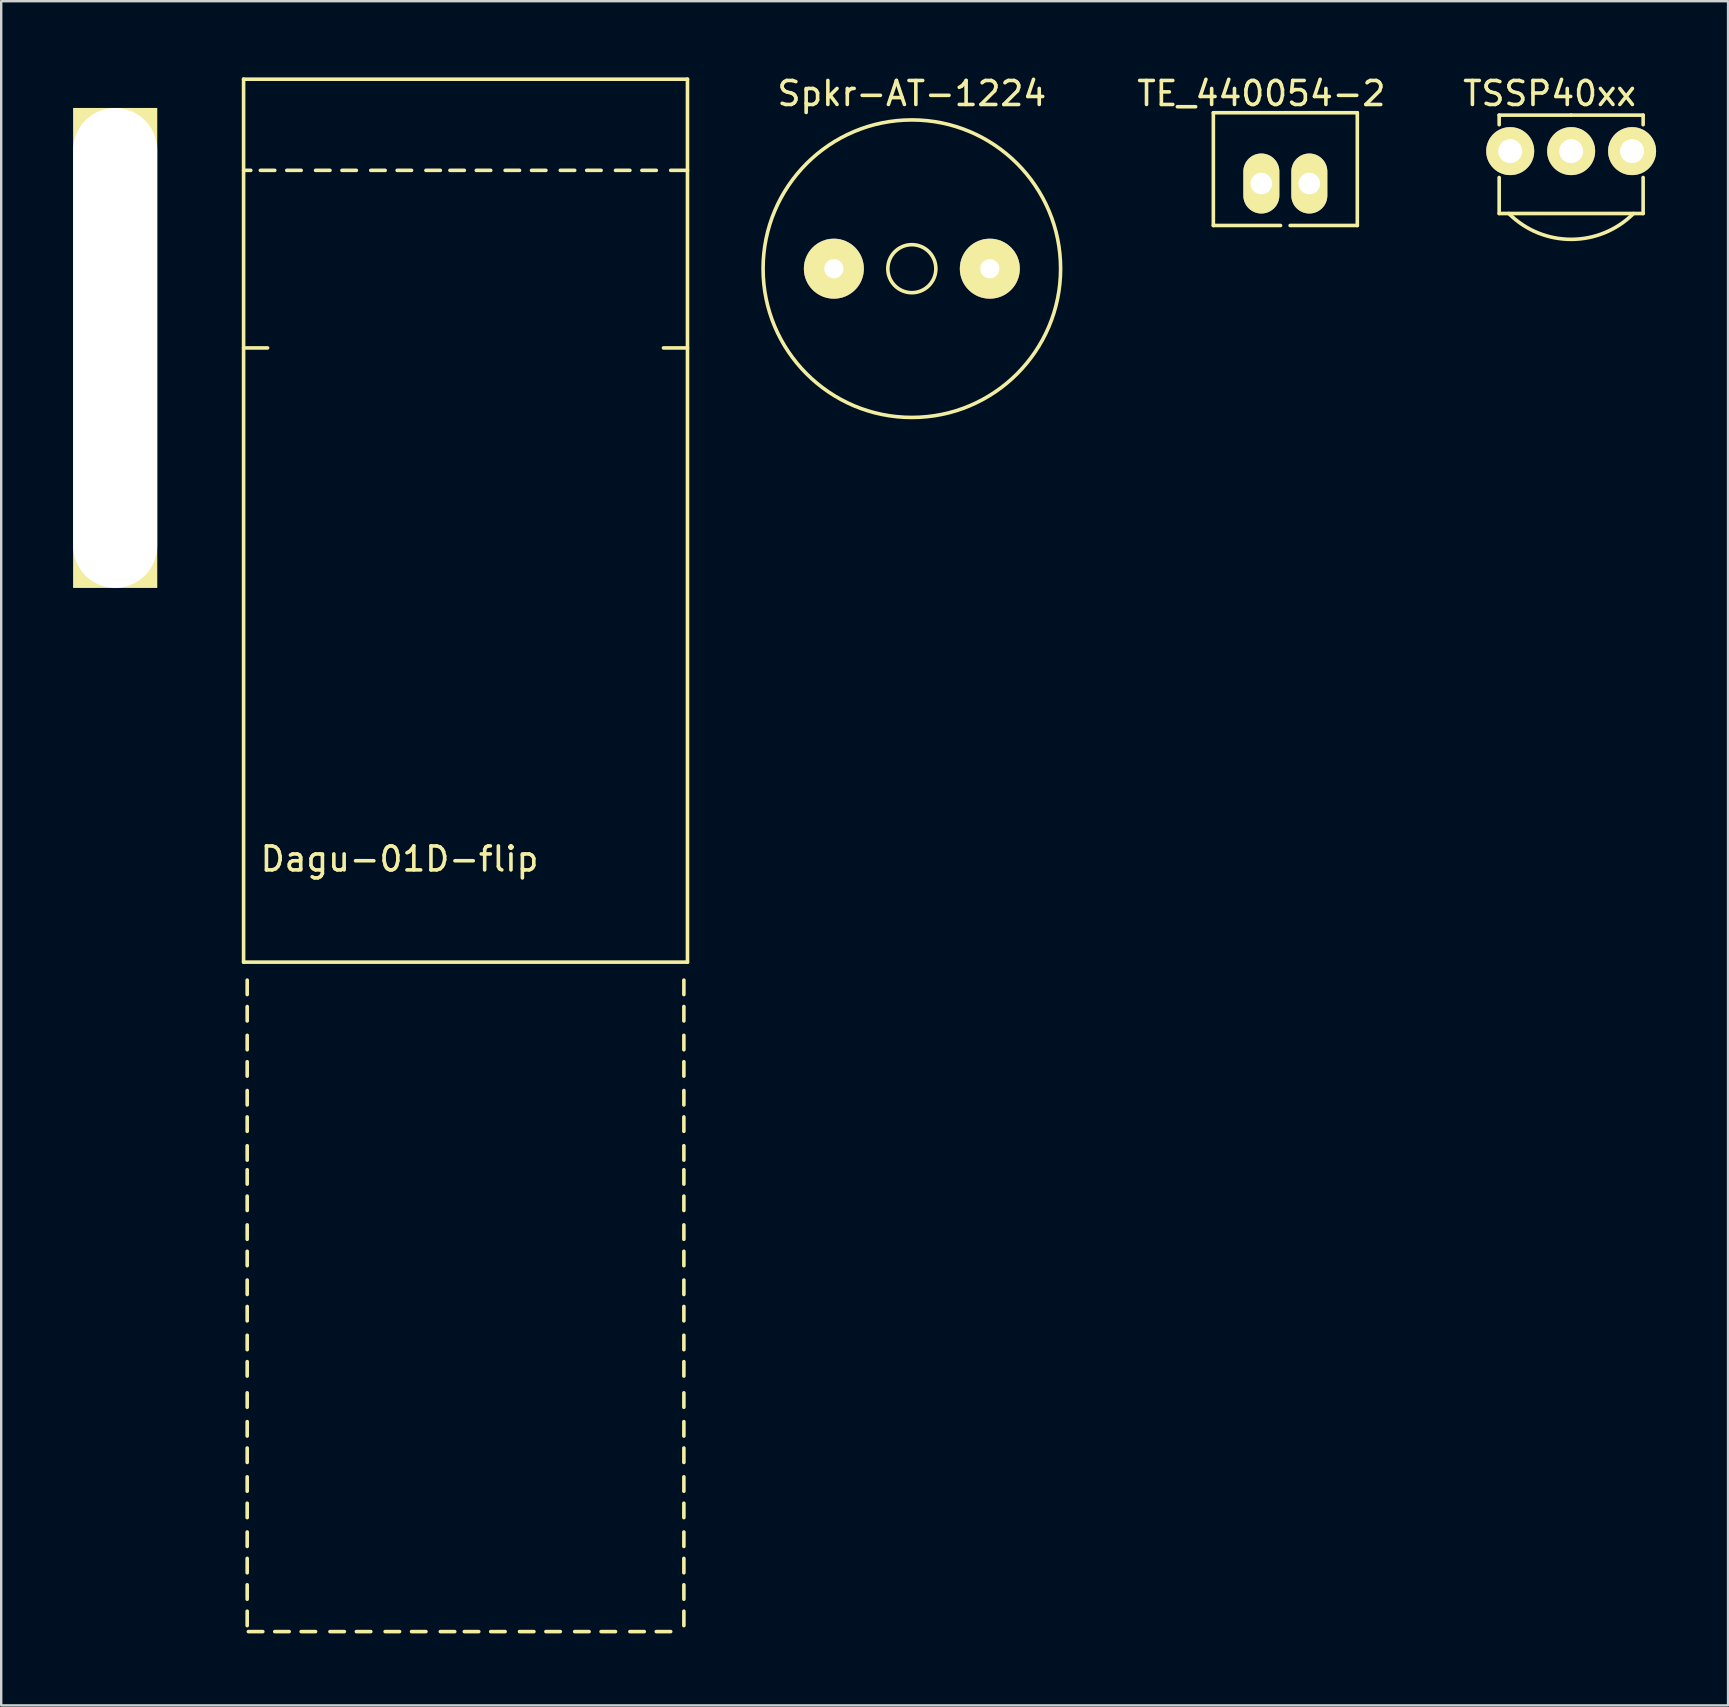
<source format=kicad_pcb>
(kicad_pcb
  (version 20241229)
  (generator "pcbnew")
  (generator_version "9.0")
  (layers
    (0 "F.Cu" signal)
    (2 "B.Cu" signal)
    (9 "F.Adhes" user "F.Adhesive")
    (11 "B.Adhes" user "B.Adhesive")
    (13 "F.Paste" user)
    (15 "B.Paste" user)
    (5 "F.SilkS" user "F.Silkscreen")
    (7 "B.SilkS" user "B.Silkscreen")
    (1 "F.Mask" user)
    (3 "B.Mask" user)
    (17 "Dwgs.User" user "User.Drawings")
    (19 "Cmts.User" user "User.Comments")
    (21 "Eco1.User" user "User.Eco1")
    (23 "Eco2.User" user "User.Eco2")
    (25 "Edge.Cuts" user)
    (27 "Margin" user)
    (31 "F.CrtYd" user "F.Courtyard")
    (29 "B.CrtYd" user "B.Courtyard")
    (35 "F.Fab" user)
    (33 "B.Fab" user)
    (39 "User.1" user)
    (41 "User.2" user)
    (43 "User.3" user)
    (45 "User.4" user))
  (footprint "TE_440054-2"
    (layer "F.Cu")
    (at 50.519 4.648)
    (property "Reference" "TE_440054-2" (at -1 -3.8 0) (layer "F.SilkS") (effects (font (size 1 1) (thickness 0.15))))
    (attr through_hole)
    (fp_line (start -3 -3) (end 3 -3) (stroke (width 0.15) (type solid)) (layer "F.SilkS"))
    (fp_line (start -3 1.7) (end -3 -3) (stroke (width 0.15) (type solid)) (layer "F.SilkS"))
    (fp_line (start -3 1.7) (end -0.2 1.7) (stroke (width 0.15) (type solid)) (layer "F.SilkS"))
    (fp_line (start 0.2 1.7) (end 3 1.7) (stroke (width 0.15) (type solid)) (layer "F.SilkS"))
    (fp_line (start 3 -3) (end 3 1.7) (stroke (width 0.15) (type solid)) (layer "F.SilkS"))
    (pad "1" thru_hole oval (at -1 -0.05) (size 1.5 2.5) (drill 0.9) (layers "*.Cu" "*.Mask" "F.SilkS"))
    (pad "2" thru_hole oval (at 1 -0.05) (size 1.5 2.5) (drill 0.9) (layers "*.Cu" "*.Mask" "F.SilkS")))
  (footprint "Dagu-01D-flip"
    (layer "F.Cu")
    (at 7.102 0.25)
    (property "Reference" "Dagu-01D-flip" (at 6.5 32.5 0) (layer "F.SilkS") (effects (font (size 1 1) (thickness 0.15))))
    (attr through_hole)
    (fp_line (start 0 0) (end 18.5 0) (stroke (width 0.15) (type solid)) (layer "F.SilkS"))
    (fp_line (start 0 11.2) (end 1 11.2) (stroke (width 0.15) (type solid)) (layer "F.SilkS"))
    (fp_line (start 0 36.8) (end 0 0) (stroke (width 0.15) (type solid)) (layer "F.SilkS"))
    (fp_line (start 0.15 38.15) (end 0.15 37.55) (stroke (width 0.15) (type solid)) (layer "F.SilkS"))
    (fp_line (start 0.15 39.25) (end 0.15 38.65) (stroke (width 0.15) (type solid)) (layer "F.SilkS"))
    (fp_line (start 0.15 40.45) (end 0.15 39.85) (stroke (width 0.15) (type solid)) (layer "F.SilkS"))
    (fp_line (start 0.15 41.55) (end 0.15 40.95) (stroke (width 0.15) (type solid)) (layer "F.SilkS"))
    (fp_line (start 0.15 42.75) (end 0.15 42.15) (stroke (width 0.15) (type solid)) (layer "F.SilkS"))
    (fp_line (start 0.15 43.85) (end 0.15 43.25) (stroke (width 0.15) (type solid)) (layer "F.SilkS"))
    (fp_line (start 0.15 45.05) (end 0.15 44.45) (stroke (width 0.15) (type solid)) (layer "F.SilkS"))
    (fp_line (start 0.15 46.05) (end 0.15 45.45) (stroke (width 0.15) (type solid)) (layer "F.SilkS"))
    (fp_line (start 0.15 47.15) (end 0.15 46.55) (stroke (width 0.15) (type solid)) (layer "F.SilkS"))
    (fp_line (start 0.15 48.35) (end 0.15 47.75) (stroke (width 0.15) (type solid)) (layer "F.SilkS"))
    (fp_line (start 0.15 49.45) (end 0.15 48.85) (stroke (width 0.15) (type solid)) (layer "F.SilkS"))
    (fp_line (start 0.15 50.65) (end 0.15 50.05) (stroke (width 0.15) (type solid)) (layer "F.SilkS"))
    (fp_line (start 0.15 51.75) (end 0.15 51.15) (stroke (width 0.15) (type solid)) (layer "F.SilkS"))
    (fp_line (start 0.15 52.95) (end 0.15 52.35) (stroke (width 0.15) (type solid)) (layer "F.SilkS"))
    (fp_line (start 0.15 54.05) (end 0.15 53.45) (stroke (width 0.15) (type solid)) (layer "F.SilkS"))
    (fp_line (start 0.15 55.35) (end 0.15 54.75) (stroke (width 0.15) (type solid)) (layer "F.SilkS"))
    (fp_line (start 0.15 56.55) (end 0.15 55.95) (stroke (width 0.15) (type solid)) (layer "F.SilkS"))
    (fp_line (start 0.15 57.65) (end 0.15 57.05) (stroke (width 0.15) (type solid)) (layer "F.SilkS"))
    (fp_line (start 0.15 58.85) (end 0.15 58.25) (stroke (width 0.15) (type solid)) (layer "F.SilkS"))
    (fp_line (start 0.15 59.95) (end 0.15 59.35) (stroke (width 0.15) (type solid)) (layer "F.SilkS"))
    (fp_line (start 0.15 61.15) (end 0.15 60.55) (stroke (width 0.15) (type solid)) (layer "F.SilkS"))
    (fp_line (start 0.15 62.25) (end 0.15 61.65) (stroke (width 0.15) (type solid)) (layer "F.SilkS"))
    (fp_line (start 0.15 63.35) (end 0.15 62.75) (stroke (width 0.15) (type solid)) (layer "F.SilkS"))
    (fp_line (start 0.15 64.45) (end 0.15 63.85) (stroke (width 0.15) (type solid)) (layer "F.SilkS"))
    (fp_line (start 0.3 3.8) (end 0 3.8) (stroke (width 0.15) (type solid)) (layer "F.SilkS"))
    (fp_line (start 0.8 64.7) (end 0.2 64.7) (stroke (width 0.15) (type solid)) (layer "F.SilkS"))
    (fp_line (start 1.3 3.8) (end 0.7 3.8) (stroke (width 0.15) (type solid)) (layer "F.SilkS"))
    (fp_line (start 1.9 64.7) (end 1.3 64.7) (stroke (width 0.15) (type solid)) (layer "F.SilkS"))
    (fp_line (start 2.4 3.8) (end 1.8 3.8) (stroke (width 0.15) (type solid)) (layer "F.SilkS"))
    (fp_line (start 3 64.7) (end 2.4 64.7) (stroke (width 0.15) (type solid)) (layer "F.SilkS"))
    (fp_line (start 3.6 3.8) (end 3 3.8) (stroke (width 0.15) (type solid)) (layer "F.SilkS"))
    (fp_line (start 4.2 64.7) (end 3.6 64.7) (stroke (width 0.15) (type solid)) (layer "F.SilkS"))
    (fp_line (start 4.7 3.8) (end 4.1 3.8) (stroke (width 0.15) (type solid)) (layer "F.SilkS"))
    (fp_line (start 5.3 64.7) (end 4.7 64.7) (stroke (width 0.15) (type solid)) (layer "F.SilkS"))
    (fp_line (start 5.9 3.8) (end 5.3 3.8) (stroke (width 0.15) (type solid)) (layer "F.SilkS"))
    (fp_line (start 6.5 64.7) (end 5.9 64.7) (stroke (width 0.15) (type solid)) (layer "F.SilkS"))
    (fp_line (start 7 3.8) (end 6.4 3.8) (stroke (width 0.15) (type solid)) (layer "F.SilkS"))
    (fp_line (start 7.6 64.7) (end 7 64.7) (stroke (width 0.15) (type solid)) (layer "F.SilkS"))
    (fp_line (start 8.2 3.8) (end 7.6 3.8) (stroke (width 0.15) (type solid)) (layer "F.SilkS"))
    (fp_line (start 8.8 64.7) (end 8.2 64.7) (stroke (width 0.15) (type solid)) (layer "F.SilkS"))
    (fp_line (start 9.2 3.8) (end 8.6 3.8) (stroke (width 0.15) (type solid)) (layer "F.SilkS"))
    (fp_line (start 9.8 64.7) (end 9.2 64.7) (stroke (width 0.15) (type solid)) (layer "F.SilkS"))
    (fp_line (start 10.3 3.8) (end 9.7 3.8) (stroke (width 0.15) (type solid)) (layer "F.SilkS"))
    (fp_line (start 10.9 64.7) (end 10.3 64.7) (stroke (width 0.15) (type solid)) (layer "F.SilkS"))
    (fp_line (start 11.5 3.8) (end 10.9 3.8) (stroke (width 0.15) (type solid)) (layer "F.SilkS"))
    (fp_line (start 12.1 64.7) (end 11.5 64.7) (stroke (width 0.15) (type solid)) (layer "F.SilkS"))
    (fp_line (start 12.6 3.8) (end 12 3.8) (stroke (width 0.15) (type solid)) (layer "F.SilkS"))
    (fp_line (start 13.2 64.7) (end 12.6 64.7) (stroke (width 0.15) (type solid)) (layer "F.SilkS"))
    (fp_line (start 13.8 3.8) (end 13.2 3.8) (stroke (width 0.15) (type solid)) (layer "F.SilkS"))
    (fp_line (start 14.4 64.7) (end 13.8 64.7) (stroke (width 0.15) (type solid)) (layer "F.SilkS"))
    (fp_line (start 14.9 3.8) (end 14.3 3.8) (stroke (width 0.15) (type solid)) (layer "F.SilkS"))
    (fp_line (start 15.5 64.7) (end 14.9 64.7) (stroke (width 0.15) (type solid)) (layer "F.SilkS"))
    (fp_line (start 16.1 3.8) (end 15.5 3.8) (stroke (width 0.15) (type solid)) (layer "F.SilkS"))
    (fp_line (start 16.7 64.7) (end 16.1 64.7) (stroke (width 0.15) (type solid)) (layer "F.SilkS"))
    (fp_line (start 17.2 3.8) (end 16.6 3.8) (stroke (width 0.15) (type solid)) (layer "F.SilkS"))
    (fp_line (start 17.8 64.7) (end 17.2 64.7) (stroke (width 0.15) (type solid)) (layer "F.SilkS"))
    (fp_line (start 18.35 38.15) (end 18.35 37.55) (stroke (width 0.15) (type solid)) (layer "F.SilkS"))
    (fp_line (start 18.35 39.25) (end 18.35 38.65) (stroke (width 0.15) (type solid)) (layer "F.SilkS"))
    (fp_line (start 18.35 40.45) (end 18.35 39.85) (stroke (width 0.15) (type solid)) (layer "F.SilkS"))
    (fp_line (start 18.35 41.55) (end 18.35 40.95) (stroke (width 0.15) (type solid)) (layer "F.SilkS"))
    (fp_line (start 18.35 42.75) (end 18.35 42.15) (stroke (width 0.15) (type solid)) (layer "F.SilkS"))
    (fp_line (start 18.35 43.85) (end 18.35 43.25) (stroke (width 0.15) (type solid)) (layer "F.SilkS"))
    (fp_line (start 18.35 45.05) (end 18.35 44.45) (stroke (width 0.15) (type solid)) (layer "F.SilkS"))
    (fp_line (start 18.35 46.05) (end 18.35 45.45) (stroke (width 0.15) (type solid)) (layer "F.SilkS"))
    (fp_line (start 18.35 47.15) (end 18.35 46.55) (stroke (width 0.15) (type solid)) (layer "F.SilkS"))
    (fp_line (start 18.35 48.35) (end 18.35 47.75) (stroke (width 0.15) (type solid)) (layer "F.SilkS"))
    (fp_line (start 18.35 49.45) (end 18.35 48.85) (stroke (width 0.15) (type solid)) (layer "F.SilkS"))
    (fp_line (start 18.35 50.65) (end 18.35 50.05) (stroke (width 0.15) (type solid)) (layer "F.SilkS"))
    (fp_line (start 18.35 51.75) (end 18.35 51.15) (stroke (width 0.15) (type solid)) (layer "F.SilkS"))
    (fp_line (start 18.35 52.95) (end 18.35 52.35) (stroke (width 0.15) (type solid)) (layer "F.SilkS"))
    (fp_line (start 18.35 54.05) (end 18.35 53.45) (stroke (width 0.15) (type solid)) (layer "F.SilkS"))
    (fp_line (start 18.35 55.35) (end 18.35 54.75) (stroke (width 0.15) (type solid)) (layer "F.SilkS"))
    (fp_line (start 18.35 56.55) (end 18.35 55.95) (stroke (width 0.15) (type solid)) (layer "F.SilkS"))
    (fp_line (start 18.35 57.65) (end 18.35 57.05) (stroke (width 0.15) (type solid)) (layer "F.SilkS"))
    (fp_line (start 18.35 58.85) (end 18.35 58.25) (stroke (width 0.15) (type solid)) (layer "F.SilkS"))
    (fp_line (start 18.35 59.95) (end 18.35 59.35) (stroke (width 0.15) (type solid)) (layer "F.SilkS"))
    (fp_line (start 18.35 61.15) (end 18.35 60.55) (stroke (width 0.15) (type solid)) (layer "F.SilkS"))
    (fp_line (start 18.35 62.25) (end 18.35 61.65) (stroke (width 0.15) (type solid)) (layer "F.SilkS"))
    (fp_line (start 18.35 63.35) (end 18.35 62.75) (stroke (width 0.15) (type solid)) (layer "F.SilkS"))
    (fp_line (start 18.35 64.45) (end 18.35 63.85) (stroke (width 0.15) (type solid)) (layer "F.SilkS"))
    (fp_line (start 18.5 0) (end 18.5 36.8) (stroke (width 0.15) (type solid)) (layer "F.SilkS"))
    (fp_line (start 18.5 3.8) (end 17.8 3.8) (stroke (width 0.15) (type solid)) (layer "F.SilkS"))
    (fp_line (start 18.5 11.2) (end 17.5 11.2) (stroke (width 0.15) (type solid)) (layer "F.SilkS"))
    (fp_line (start 18.5 36.8) (end 0 36.8) (stroke (width 0.15) (type solid)) (layer "F.SilkS"))
    (pad "" np_thru_hole rect (at -5.352 11.2 180) (size 3.5 20) (drill oval 3.5 20) (layers "*.Cu" "*.Mask" "F.SilkS")))
  (footprint "TSSP40xx"
    (layer "F.Cu")
    (at 62.431 3.248)
    (property "Reference" "TSSP40xx" (at -0.9 -2.4 0) (layer "F.SilkS") (effects (font (size 1 1) (thickness 0.15))))
    (attr through_hole)
    (fp_line (start -3 -1.5) (end -3 -1.1) (stroke (width 0.15) (type solid)) (layer "F.SilkS"))
    (fp_line (start -3 2.6) (end -3 1.1) (stroke (width 0.15) (type solid)) (layer "F.SilkS"))
    (fp_line (start -3 2.6) (end 3 2.6) (stroke (width 0.15) (type solid)) (layer "F.SilkS"))
    (fp_line (start 0 -1.5) (end -3 -1.5) (stroke (width 0.15) (type solid)) (layer "F.SilkS"))
    (fp_line (start 3 -1.5) (end 0 -1.5) (stroke (width 0.15) (type solid)) (layer "F.SilkS"))
    (fp_line (start 3 -1.5) (end 3 -1.1) (stroke (width 0.15) (type solid)) (layer "F.SilkS"))
    (fp_line (start 3 2.6) (end 3 1.1) (stroke (width 0.15) (type solid)) (layer "F.SilkS"))
    (fp_arc (start 2.6 2.6) (mid 0 3.676955) (end -2.6 2.6) (stroke (width 0.15) (type solid)) (layer "F.SilkS"))
    (pad "1" thru_hole circle (at -2.54 0) (size 2 2) (drill 1) (layers "*.Cu" "*.Mask" "F.SilkS"))
    (pad "2" thru_hole circle (at 0 0) (size 2 2) (drill 1) (layers "*.Cu" "*.Mask" "F.SilkS"))
    (pad "3" thru_hole circle (at 2.54 0) (size 2 2) (drill 1) (layers "*.Cu" "*.Mask" "F.SilkS")))
  (footprint "Spkr-AT-1224"
    (layer "F.Cu")
    (at 34.953 8.148)
    (property "Reference" "Spkr-AT-1224" (at 0 -7.3 0) (layer "F.SilkS") (effects (font (size 1 1) (thickness 0.15))))
    (attr through_hole)
    (fp_circle (center 0 0) (end 1.001 0) (stroke (width 0.15) (type solid)) (fill no) (layer "F.SilkS"))
    (fp_circle (center 0 0) (end 6.2 0) (stroke (width 0.15) (type solid)) (fill no) (layer "F.SilkS"))
    (pad "1" thru_hole circle (at -3.25 0) (size 2.5 2.5) (drill 0.8) (layers "*.Cu" "*.Mask" "F.SilkS"))
    (pad "2" thru_hole circle (at 3.25 0) (size 2.5 2.5) (drill 0.8) (layers "*.Cu" "*.Mask" "F.SilkS")))
  (gr_rect
    (start -3 -3)
    (end 68.971 68.025)
    (stroke (width 0.1) (type default))
    (fill no)
    (layer "Edge.Cuts")))
</source>
